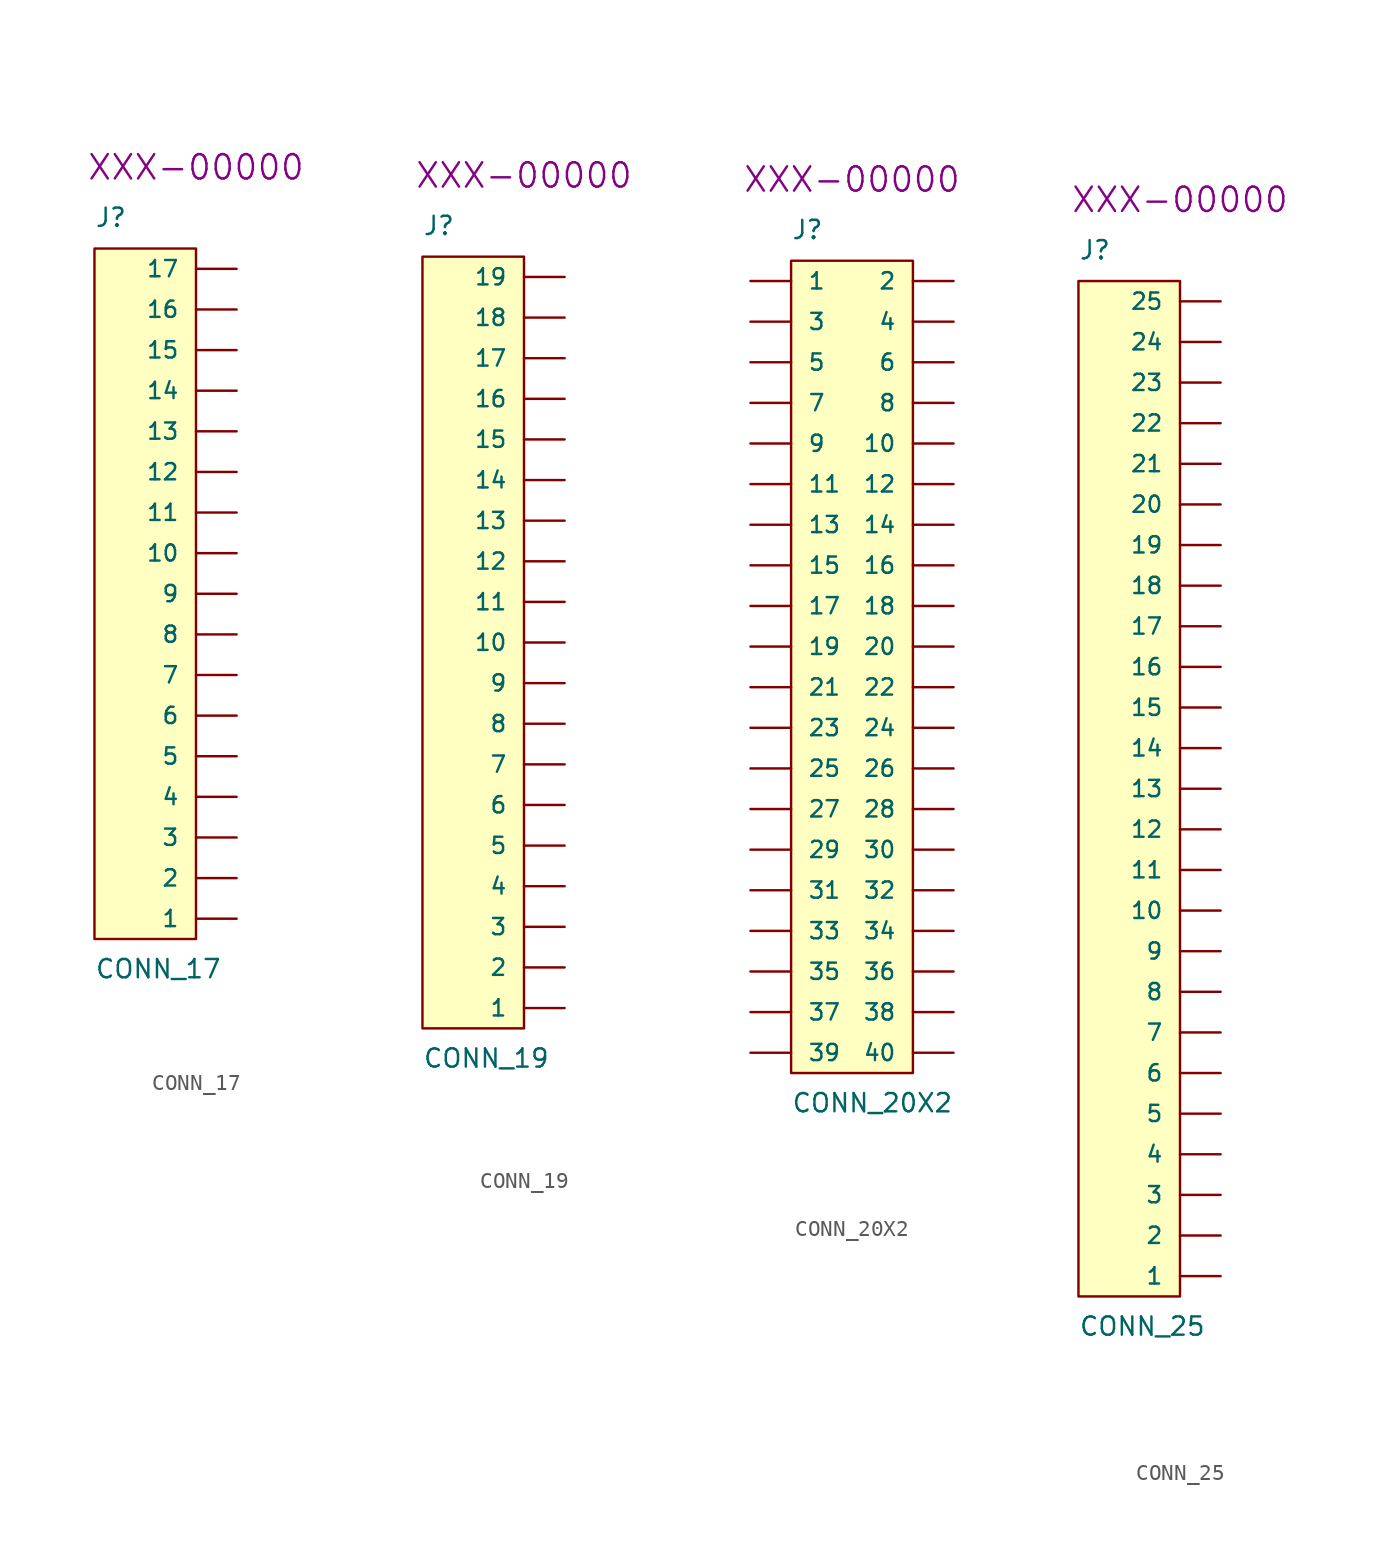
<source format=kicad_sym>
(kicad_symbol_lib
  (version 20201005)
  (generator kicad_symbol_editor)
  (symbol "CONN_17"
    (pin_numbers hide)
    (pin_names
      (offset 1.016))
    (property "Reference" "J"
      (at -6.35 43.18 0)
      (effects (font (size 1.143 1.143)) (justify left bottom)))
    (property "Value" "CONN_17"
      (at -6.35 -3.81 0)
      (effects (font (size 1.143 1.143)) (justify left bottom)))
    (property "Field4" "XXX-00000"
      (at 0 46.99 0)
      (effects (font (size 1.524 1.524))))
    (property "ki_locked" ""
      (at 0 0 0)
      (effects (font (size 1.27 1.27))))
    (symbol "CONN_17_0_1"
      (rectangle (start 0 -1.27) (end -6.35 41.91) (stroke (width 0)) (fill (type background))))
    (symbol "CONN_17_1_1"
      (pin passive line (at 2.54 0 180) (length 2.54) (name "1" (effects (font (size 1.016 1.016)))) (number "1" (effects (font (size 1.016 1.016)))))
      (pin passive line (at 2.54 2.54 180) (length 2.54) (name "2" (effects (font (size 1.016 1.016)))) (number "2" (effects (font (size 1.016 1.016)))))
      (pin passive line (at 2.54 5.08 180) (length 2.54) (name "3" (effects (font (size 1.016 1.016)))) (number "3" (effects (font (size 1.016 1.016)))))
      (pin passive line (at 2.54 7.62 180) (length 2.54) (name "4" (effects (font (size 1.016 1.016)))) (number "4" (effects (font (size 1.016 1.016)))))
      (pin passive line (at 2.54 10.16 180) (length 2.54) (name "5" (effects (font (size 1.016 1.016)))) (number "5" (effects (font (size 1.016 1.016)))))
      (pin passive line (at 2.54 12.7 180) (length 2.54) (name "6" (effects (font (size 1.016 1.016)))) (number "6" (effects (font (size 1.016 1.016)))))
      (pin passive line (at 2.54 15.24 180) (length 2.54) (name "7" (effects (font (size 1.016 1.016)))) (number "7" (effects (font (size 1.016 1.016)))))
      (pin passive line (at 2.54 17.78 180) (length 2.54) (name "8" (effects (font (size 1.016 1.016)))) (number "8" (effects (font (size 1.016 1.016)))))
      (pin passive line (at 2.54 20.32 180) (length 2.54) (name "9" (effects (font (size 1.016 1.016)))) (number "9" (effects (font (size 1.016 1.016)))))
      (pin passive line (at 2.54 22.86 180) (length 2.54) (name "10" (effects (font (size 1.016 1.016)))) (number "10" (effects (font (size 1.016 1.016)))))
      (pin passive line (at 2.54 25.4 180) (length 2.54) (name "11" (effects (font (size 1.016 1.016)))) (number "11" (effects (font (size 1.016 1.016)))))
      (pin passive line (at 2.54 27.94 180) (length 2.54) (name "12" (effects (font (size 1.016 1.016)))) (number "12" (effects (font (size 1.016 1.016)))))
      (pin passive line (at 2.54 30.48 180) (length 2.54) (name "13" (effects (font (size 1.016 1.016)))) (number "13" (effects (font (size 1.016 1.016)))))
      (pin passive line (at 2.54 33.02 180) (length 2.54) (name "14" (effects (font (size 1.016 1.016)))) (number "14" (effects (font (size 1.016 1.016)))))
      (pin passive line (at 2.54 35.56 180) (length 2.54) (name "15" (effects (font (size 1.016 1.016)))) (number "15" (effects (font (size 1.016 1.016)))))
      (pin passive line (at 2.54 38.1 180) (length 2.54) (name "16" (effects (font (size 1.016 1.016)))) (number "16" (effects (font (size 1.016 1.016)))))
      (pin passive line (at 2.54 40.64 180) (length 2.54) (name "17" (effects (font (size 1.016 1.016)))) (number "17" (effects (font (size 1.016 1.016)))))))
  (symbol "CONN_19"
    (pin_numbers hide)
    (pin_names
      (offset 1.016))
    (property "Reference" "J"
      (at -6.35 48.26 0)
      (effects (font (size 1.143 1.143)) (justify left bottom)))
    (property "Value" "CONN_19"
      (at -6.35 -3.81 0)
      (effects (font (size 1.143 1.143)) (justify left bottom)))
    (property "Field4" "XXX-00000"
      (at 0 52.07 0)
      (effects (font (size 1.524 1.524))))
    (property "ki_locked" ""
      (at 0 0 0)
      (effects (font (size 1.27 1.27))))
    (symbol "CONN_19_0_1"
      (rectangle (start 0 -1.27) (end -6.35 46.99) (stroke (width 0)) (fill (type background))))
    (symbol "CONN_19_1_1"
      (pin passive line (at 2.54 0 180) (length 2.54) (name "1" (effects (font (size 1.016 1.016)))) (number "1" (effects (font (size 1.016 1.016)))))
      (pin passive line (at 2.54 2.54 180) (length 2.54) (name "2" (effects (font (size 1.016 1.016)))) (number "2" (effects (font (size 1.016 1.016)))))
      (pin passive line (at 2.54 5.08 180) (length 2.54) (name "3" (effects (font (size 1.016 1.016)))) (number "3" (effects (font (size 1.016 1.016)))))
      (pin passive line (at 2.54 7.62 180) (length 2.54) (name "4" (effects (font (size 1.016 1.016)))) (number "4" (effects (font (size 1.016 1.016)))))
      (pin passive line (at 2.54 10.16 180) (length 2.54) (name "5" (effects (font (size 1.016 1.016)))) (number "5" (effects (font (size 1.016 1.016)))))
      (pin passive line (at 2.54 12.7 180) (length 2.54) (name "6" (effects (font (size 1.016 1.016)))) (number "6" (effects (font (size 1.016 1.016)))))
      (pin passive line (at 2.54 15.24 180) (length 2.54) (name "7" (effects (font (size 1.016 1.016)))) (number "7" (effects (font (size 1.016 1.016)))))
      (pin passive line (at 2.54 17.78 180) (length 2.54) (name "8" (effects (font (size 1.016 1.016)))) (number "8" (effects (font (size 1.016 1.016)))))
      (pin passive line (at 2.54 20.32 180) (length 2.54) (name "9" (effects (font (size 1.016 1.016)))) (number "9" (effects (font (size 1.016 1.016)))))
      (pin passive line (at 2.54 22.86 180) (length 2.54) (name "10" (effects (font (size 1.016 1.016)))) (number "10" (effects (font (size 1.016 1.016)))))
      (pin passive line (at 2.54 25.4 180) (length 2.54) (name "11" (effects (font (size 1.016 1.016)))) (number "11" (effects (font (size 1.016 1.016)))))
      (pin passive line (at 2.54 27.94 180) (length 2.54) (name "12" (effects (font (size 1.016 1.016)))) (number "12" (effects (font (size 1.016 1.016)))))
      (pin passive line (at 2.54 30.48 180) (length 2.54) (name "13" (effects (font (size 1.016 1.016)))) (number "13" (effects (font (size 1.016 1.016)))))
      (pin passive line (at 2.54 33.02 180) (length 2.54) (name "14" (effects (font (size 1.016 1.016)))) (number "14" (effects (font (size 1.016 1.016)))))
      (pin passive line (at 2.54 35.56 180) (length 2.54) (name "15" (effects (font (size 1.016 1.016)))) (number "15" (effects (font (size 1.016 1.016)))))
      (pin passive line (at 2.54 38.1 180) (length 2.54) (name "16" (effects (font (size 1.016 1.016)))) (number "16" (effects (font (size 1.016 1.016)))))
      (pin passive line (at 2.54 40.64 180) (length 2.54) (name "17" (effects (font (size 1.016 1.016)))) (number "17" (effects (font (size 1.016 1.016)))))
      (pin passive line (at 2.54 43.18 180) (length 2.54) (name "18" (effects (font (size 1.016 1.016)))) (number "18" (effects (font (size 1.016 1.016)))))
      (pin passive line (at 2.54 45.72 180) (length 2.54) (name "19" (effects (font (size 1.016 1.016)))) (number "19" (effects (font (size 1.016 1.016)))))))
  (symbol "CONN_20X2"
    (pin_numbers hide)
    (pin_names
      (offset 1.016))
    (property "Reference" "J"
      (at -3.81 26.67 0)
      (effects (font (size 1.143 1.143)) (justify left bottom)))
    (property "Value" "CONN_20X2"
      (at -3.81 -27.94 0)
      (effects (font (size 1.143 1.143)) (justify left bottom)))
    (property "Field4" "XXX-00000"
      (at 0 30.48 0)
      (effects (font (size 1.524 1.524))))
    (property "ki_locked" ""
      (at 0 0 0)
      (effects (font (size 1.27 1.27))))
    (symbol "CONN_20X2_0_1"
      (rectangle (start 3.81 -25.4) (end -3.81 25.4) (stroke (width 0)) (fill (type background))))
    (symbol "CONN_20X2_1_1"
      (pin passive line (at -6.35 24.13 0) (length 2.54) (name "1" (effects (font (size 1.016 1.016)))) (number "1" (effects (font (size 1.016 1.016)))))
      (pin passive line (at 6.35 24.13 180) (length 2.54) (name "2" (effects (font (size 1.016 1.016)))) (number "2" (effects (font (size 1.016 1.016)))))
      (pin passive line (at -6.35 21.59 0) (length 2.54) (name "3" (effects (font (size 1.016 1.016)))) (number "3" (effects (font (size 1.016 1.016)))))
      (pin passive line (at 6.35 21.59 180) (length 2.54) (name "4" (effects (font (size 1.016 1.016)))) (number "4" (effects (font (size 1.016 1.016)))))
      (pin passive line (at -6.35 19.05 0) (length 2.54) (name "5" (effects (font (size 1.016 1.016)))) (number "5" (effects (font (size 1.016 1.016)))))
      (pin passive line (at 6.35 19.05 180) (length 2.54) (name "6" (effects (font (size 1.016 1.016)))) (number "6" (effects (font (size 1.016 1.016)))))
      (pin passive line (at -6.35 16.51 0) (length 2.54) (name "7" (effects (font (size 1.016 1.016)))) (number "7" (effects (font (size 1.016 1.016)))))
      (pin passive line (at 6.35 16.51 180) (length 2.54) (name "8" (effects (font (size 1.016 1.016)))) (number "8" (effects (font (size 1.016 1.016)))))
      (pin passive line (at -6.35 13.97 0) (length 2.54) (name "9" (effects (font (size 1.016 1.016)))) (number "9" (effects (font (size 1.016 1.016)))))
      (pin passive line (at 6.35 13.97 180) (length 2.54) (name "10" (effects (font (size 1.016 1.016)))) (number "10" (effects (font (size 1.016 1.016)))))
      (pin passive line (at 6.35 1.27 180) (length 2.54) (name "20" (effects (font (size 1.016 1.016)))) (number "20" (effects (font (size 1.016 1.016)))))
      (pin passive line (at 6.35 -11.43 180) (length 2.54) (name "30" (effects (font (size 1.016 1.016)))) (number "30" (effects (font (size 1.016 1.016)))))
      (pin passive line (at 6.35 -24.13 180) (length 2.54) (name "40" (effects (font (size 1.016 1.016)))) (number "40" (effects (font (size 1.016 1.016)))))
      (pin passive line (at -6.35 11.43 0) (length 2.54) (name "11" (effects (font (size 1.016 1.016)))) (number "11" (effects (font (size 1.016 1.016)))))
      (pin passive line (at -6.35 -1.27 0) (length 2.54) (name "21" (effects (font (size 1.016 1.016)))) (number "21" (effects (font (size 1.016 1.016)))))
      (pin passive line (at -6.35 -13.97 0) (length 2.54) (name "31" (effects (font (size 1.016 1.016)))) (number "31" (effects (font (size 1.016 1.016)))))
      (pin passive line (at 6.35 11.43 180) (length 2.54) (name "12" (effects (font (size 1.016 1.016)))) (number "12" (effects (font (size 1.016 1.016)))))
      (pin passive line (at 6.35 -1.27 180) (length 2.54) (name "22" (effects (font (size 1.016 1.016)))) (number "22" (effects (font (size 1.016 1.016)))))
      (pin passive line (at 6.35 -13.97 180) (length 2.54) (name "32" (effects (font (size 1.016 1.016)))) (number "32" (effects (font (size 1.016 1.016)))))
      (pin passive line (at -6.35 8.89 0) (length 2.54) (name "13" (effects (font (size 1.016 1.016)))) (number "13" (effects (font (size 1.016 1.016)))))
      (pin passive line (at -6.35 -3.81 0) (length 2.54) (name "23" (effects (font (size 1.016 1.016)))) (number "23" (effects (font (size 1.016 1.016)))))
      (pin passive line (at -6.35 -16.51 0) (length 2.54) (name "33" (effects (font (size 1.016 1.016)))) (number "33" (effects (font (size 1.016 1.016)))))
      (pin passive line (at 6.35 8.89 180) (length 2.54) (name "14" (effects (font (size 1.016 1.016)))) (number "14" (effects (font (size 1.016 1.016)))))
      (pin passive line (at 6.35 -3.81 180) (length 2.54) (name "24" (effects (font (size 1.016 1.016)))) (number "24" (effects (font (size 1.016 1.016)))))
      (pin passive line (at 6.35 -16.51 180) (length 2.54) (name "34" (effects (font (size 1.016 1.016)))) (number "34" (effects (font (size 1.016 1.016)))))
      (pin passive line (at -6.35 6.35 0) (length 2.54) (name "15" (effects (font (size 1.016 1.016)))) (number "15" (effects (font (size 1.016 1.016)))))
      (pin passive line (at -6.35 -6.35 0) (length 2.54) (name "25" (effects (font (size 1.016 1.016)))) (number "25" (effects (font (size 1.016 1.016)))))
      (pin passive line (at -6.35 -19.05 0) (length 2.54) (name "35" (effects (font (size 1.016 1.016)))) (number "35" (effects (font (size 1.016 1.016)))))
      (pin passive line (at 6.35 6.35 180) (length 2.54) (name "16" (effects (font (size 1.016 1.016)))) (number "16" (effects (font (size 1.016 1.016)))))
      (pin passive line (at 6.35 -6.35 180) (length 2.54) (name "26" (effects (font (size 1.016 1.016)))) (number "26" (effects (font (size 1.016 1.016)))))
      (pin passive line (at 6.35 -19.05 180) (length 2.54) (name "36" (effects (font (size 1.016 1.016)))) (number "36" (effects (font (size 1.016 1.016)))))
      (pin passive line (at -6.35 3.81 0) (length 2.54) (name "17" (effects (font (size 1.016 1.016)))) (number "17" (effects (font (size 1.016 1.016)))))
      (pin passive line (at -6.35 -8.89 0) (length 2.54) (name "27" (effects (font (size 1.016 1.016)))) (number "27" (effects (font (size 1.016 1.016)))))
      (pin passive line (at -6.35 -21.59 0) (length 2.54) (name "37" (effects (font (size 1.016 1.016)))) (number "37" (effects (font (size 1.016 1.016)))))
      (pin passive line (at 6.35 3.81 180) (length 2.54) (name "18" (effects (font (size 1.016 1.016)))) (number "18" (effects (font (size 1.016 1.016)))))
      (pin passive line (at 6.35 -8.89 180) (length 2.54) (name "28" (effects (font (size 1.016 1.016)))) (number "28" (effects (font (size 1.016 1.016)))))
      (pin passive line (at 6.35 -21.59 180) (length 2.54) (name "38" (effects (font (size 1.016 1.016)))) (number "38" (effects (font (size 1.016 1.016)))))
      (pin passive line (at -6.35 1.27 0) (length 2.54) (name "19" (effects (font (size 1.016 1.016)))) (number "19" (effects (font (size 1.016 1.016)))))
      (pin passive line (at -6.35 -11.43 0) (length 2.54) (name "29" (effects (font (size 1.016 1.016)))) (number "29" (effects (font (size 1.016 1.016)))))
      (pin passive line (at -6.35 -24.13 0) (length 2.54) (name "39" (effects (font (size 1.016 1.016)))) (number "39" (effects (font (size 1.016 1.016)))))))
  (symbol "CONN_25"
    (pin_numbers hide)
    (pin_names
      (offset 1.016))
    (property "Reference" "J"
      (at -6.35 63.5 0)
      (effects (font (size 1.143 1.143)) (justify left bottom)))
    (property "Value" "CONN_25"
      (at -6.35 -3.81 0)
      (effects (font (size 1.143 1.143)) (justify left bottom)))
    (property "Field4" "XXX-00000"
      (at 0 67.31 0)
      (effects (font (size 1.524 1.524))))
    (property "ki_locked" ""
      (at 0 0 0)
      (effects (font (size 1.27 1.27))))
    (symbol "CONN_25_0_1"
      (rectangle (start 0 -1.27) (end -6.35 62.23) (stroke (width 0)) (fill (type background))))
    (symbol "CONN_25_1_1"
      (pin passive line (at 2.54 0 180) (length 2.54) (name "1" (effects (font (size 1.016 1.016)))) (number "1" (effects (font (size 1.016 1.016)))))
      (pin passive line (at 2.54 2.54 180) (length 2.54) (name "2" (effects (font (size 1.016 1.016)))) (number "2" (effects (font (size 1.016 1.016)))))
      (pin passive line (at 2.54 5.08 180) (length 2.54) (name "3" (effects (font (size 1.016 1.016)))) (number "3" (effects (font (size 1.016 1.016)))))
      (pin passive line (at 2.54 7.62 180) (length 2.54) (name "4" (effects (font (size 1.016 1.016)))) (number "4" (effects (font (size 1.016 1.016)))))
      (pin passive line (at 2.54 10.16 180) (length 2.54) (name "5" (effects (font (size 1.016 1.016)))) (number "5" (effects (font (size 1.016 1.016)))))
      (pin passive line (at 2.54 12.7 180) (length 2.54) (name "6" (effects (font (size 1.016 1.016)))) (number "6" (effects (font (size 1.016 1.016)))))
      (pin passive line (at 2.54 15.24 180) (length 2.54) (name "7" (effects (font (size 1.016 1.016)))) (number "7" (effects (font (size 1.016 1.016)))))
      (pin passive line (at 2.54 17.78 180) (length 2.54) (name "8" (effects (font (size 1.016 1.016)))) (number "8" (effects (font (size 1.016 1.016)))))
      (pin passive line (at 2.54 20.32 180) (length 2.54) (name "9" (effects (font (size 1.016 1.016)))) (number "9" (effects (font (size 1.016 1.016)))))
      (pin passive line (at 2.54 22.86 180) (length 2.54) (name "10" (effects (font (size 1.016 1.016)))) (number "10" (effects (font (size 1.016 1.016)))))
      (pin passive line (at 2.54 48.26 180) (length 2.54) (name "20" (effects (font (size 1.016 1.016)))) (number "20" (effects (font (size 1.016 1.016)))))
      (pin passive line (at 2.54 25.4 180) (length 2.54) (name "11" (effects (font (size 1.016 1.016)))) (number "11" (effects (font (size 1.016 1.016)))))
      (pin passive line (at 2.54 50.8 180) (length 2.54) (name "21" (effects (font (size 1.016 1.016)))) (number "21" (effects (font (size 1.016 1.016)))))
      (pin passive line (at 2.54 27.94 180) (length 2.54) (name "12" (effects (font (size 1.016 1.016)))) (number "12" (effects (font (size 1.016 1.016)))))
      (pin passive line (at 2.54 53.34 180) (length 2.54) (name "22" (effects (font (size 1.016 1.016)))) (number "22" (effects (font (size 1.016 1.016)))))
      (pin passive line (at 2.54 30.48 180) (length 2.54) (name "13" (effects (font (size 1.016 1.016)))) (number "13" (effects (font (size 1.016 1.016)))))
      (pin passive line (at 2.54 55.88 180) (length 2.54) (name "23" (effects (font (size 1.016 1.016)))) (number "23" (effects (font (size 1.016 1.016)))))
      (pin passive line (at 2.54 33.02 180) (length 2.54) (name "14" (effects (font (size 1.016 1.016)))) (number "14" (effects (font (size 1.016 1.016)))))
      (pin passive line (at 2.54 58.42 180) (length 2.54) (name "24" (effects (font (size 1.016 1.016)))) (number "24" (effects (font (size 1.016 1.016)))))
      (pin passive line (at 2.54 35.56 180) (length 2.54) (name "15" (effects (font (size 1.016 1.016)))) (number "15" (effects (font (size 1.016 1.016)))))
      (pin passive line (at 2.54 60.96 180) (length 2.54) (name "25" (effects (font (size 1.016 1.016)))) (number "25" (effects (font (size 1.016 1.016)))))
      (pin passive line (at 2.54 38.1 180) (length 2.54) (name "16" (effects (font (size 1.016 1.016)))) (number "16" (effects (font (size 1.016 1.016)))))
      (pin passive line (at 2.54 40.64 180) (length 2.54) (name "17" (effects (font (size 1.016 1.016)))) (number "17" (effects (font (size 1.016 1.016)))))
      (pin passive line (at 2.54 43.18 180) (length 2.54) (name "18" (effects (font (size 1.016 1.016)))) (number "18" (effects (font (size 1.016 1.016)))))
      (pin passive line (at 2.54 45.72 180) (length 2.54) (name "19" (effects (font (size 1.016 1.016)))) (number "19" (effects (font (size 1.016 1.016))))))))
</source>
